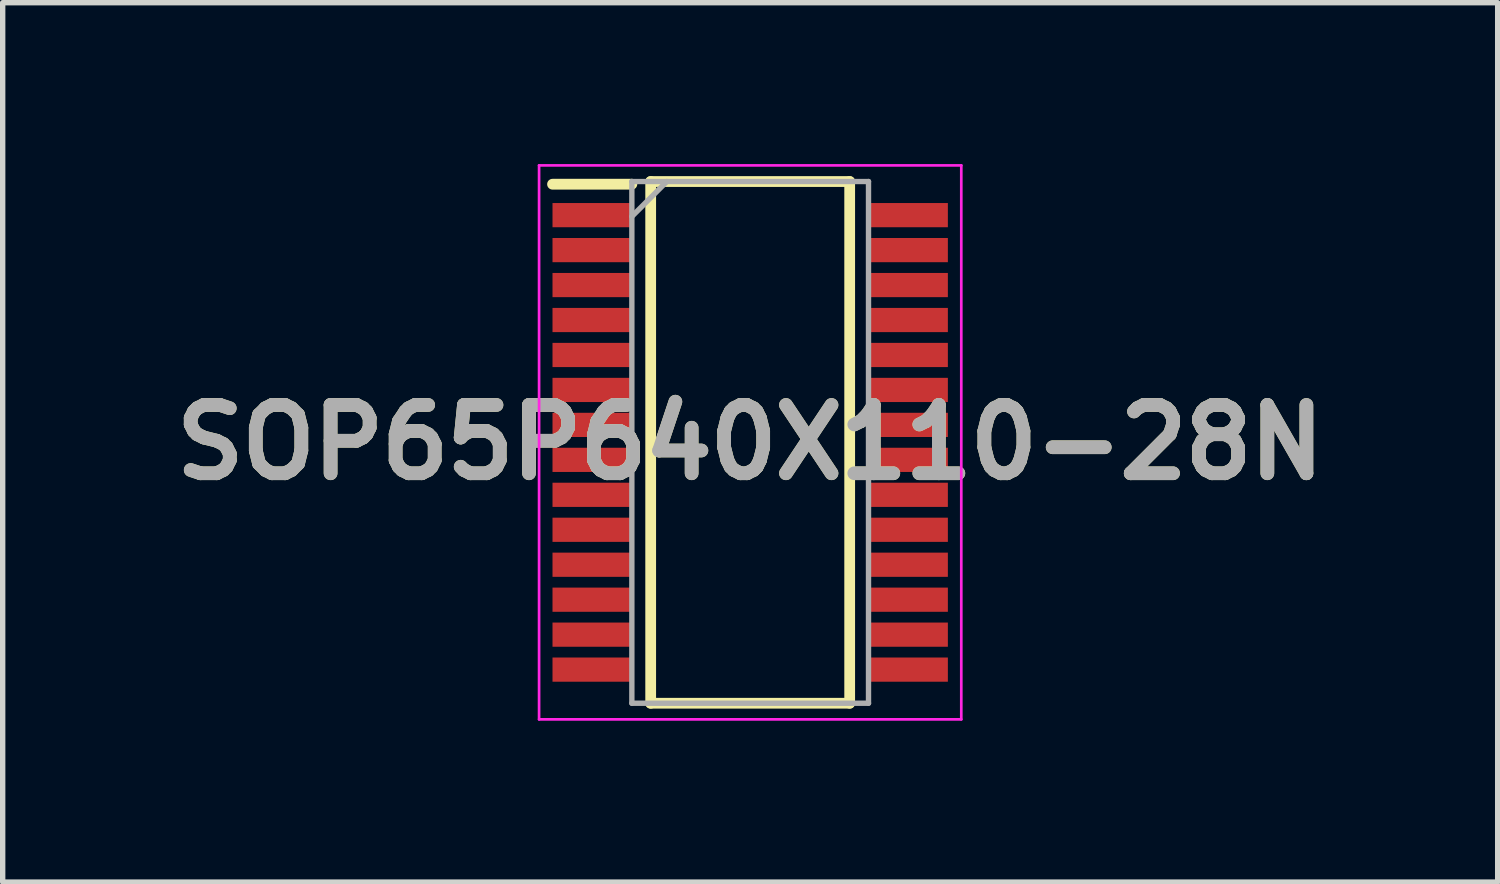
<source format=kicad_pcb>
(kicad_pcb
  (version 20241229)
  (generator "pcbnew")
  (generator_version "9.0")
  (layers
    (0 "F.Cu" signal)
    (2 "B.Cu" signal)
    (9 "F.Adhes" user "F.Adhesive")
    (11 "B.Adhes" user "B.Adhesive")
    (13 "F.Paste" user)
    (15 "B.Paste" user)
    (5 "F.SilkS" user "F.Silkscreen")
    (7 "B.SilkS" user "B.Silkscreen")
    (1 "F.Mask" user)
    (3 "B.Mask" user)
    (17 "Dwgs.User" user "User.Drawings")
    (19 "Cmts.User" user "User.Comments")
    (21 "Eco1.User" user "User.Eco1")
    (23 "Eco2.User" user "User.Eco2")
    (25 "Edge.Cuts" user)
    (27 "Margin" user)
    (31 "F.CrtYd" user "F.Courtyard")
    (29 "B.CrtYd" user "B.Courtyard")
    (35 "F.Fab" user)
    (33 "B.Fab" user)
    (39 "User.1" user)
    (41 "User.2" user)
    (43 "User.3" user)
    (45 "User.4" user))
  (footprint "SOP65P640X110-28N"
    (layer "F.Cu")
    (at 10.898 5.175)
    (property "Reference" "SOP65P640X110-28N" (at 0 0 0) (layer "F.SilkS") (effects (font (size 1.27 1.27) (thickness 0.254))))
    (attr smd)
    (fp_line (start -3.675 -4.8) (end -2.2 -4.8) (stroke (width 0.2) (type solid)) (layer "F.SilkS"))
    (fp_line (start -1.85 -4.85) (end 1.85 -4.85) (stroke (width 0.2) (type solid)) (layer "F.SilkS"))
    (fp_line (start -1.85 4.85) (end -1.85 -4.85) (stroke (width 0.2) (type solid)) (layer "F.SilkS"))
    (fp_line (start 1.85 -4.85) (end 1.85 4.85) (stroke (width 0.2) (type solid)) (layer "F.SilkS"))
    (fp_line (start 1.85 4.85) (end -1.85 4.85) (stroke (width 0.2) (type solid)) (layer "F.SilkS"))
    (fp_line (start -3.925 -5.15) (end 3.925 -5.15) (stroke (width 0.05) (type solid)) (layer "F.CrtYd"))
    (fp_line (start -3.925 5.15) (end -3.925 -5.15) (stroke (width 0.05) (type solid)) (layer "F.CrtYd"))
    (fp_line (start 3.925 -5.15) (end 3.925 5.15) (stroke (width 0.05) (type solid)) (layer "F.CrtYd"))
    (fp_line (start 3.925 5.15) (end -3.925 5.15) (stroke (width 0.05) (type solid)) (layer "F.CrtYd"))
    (fp_line (start -2.2 -4.85) (end 2.2 -4.85) (stroke (width 0.1) (type solid)) (layer "F.Fab"))
    (fp_line (start -2.2 -4.2) (end -1.55 -4.85) (stroke (width 0.1) (type solid)) (layer "F.Fab"))
    (fp_line (start -2.2 4.85) (end -2.2 -4.85) (stroke (width 0.1) (type solid)) (layer "F.Fab"))
    (fp_line (start 2.2 -4.85) (end 2.2 4.85) (stroke (width 0.1) (type solid)) (layer "F.Fab"))
    (fp_line (start 2.2 4.85) (end -2.2 4.85) (stroke (width 0.1) (type solid)) (layer "F.Fab"))
    (fp_text user "${REFERENCE}" (at 0 0 0) (layer "F.Fab") (effects (font (size 1.27 1.27) (thickness 0.254))))
    (pad "1" smd rect (at -2.938 -4.225 90) (size 0.45 1.475) (layers "F.Cu" "F.Mask" "F.Paste"))
    (pad "2" smd rect (at -2.938 -3.575 90) (size 0.45 1.475) (layers "F.Cu" "F.Mask" "F.Paste"))
    (pad "3" smd rect (at -2.938 -2.925 90) (size 0.45 1.475) (layers "F.Cu" "F.Mask" "F.Paste"))
    (pad "4" smd rect (at -2.938 -2.275 90) (size 0.45 1.475) (layers "F.Cu" "F.Mask" "F.Paste"))
    (pad "5" smd rect (at -2.938 -1.625 90) (size 0.45 1.475) (layers "F.Cu" "F.Mask" "F.Paste"))
    (pad "6" smd rect (at -2.938 -0.975 90) (size 0.45 1.475) (layers "F.Cu" "F.Mask" "F.Paste"))
    (pad "7" smd rect (at -2.938 -0.325 90) (size 0.45 1.475) (layers "F.Cu" "F.Mask" "F.Paste"))
    (pad "8" smd rect (at -2.938 0.325 90) (size 0.45 1.475) (layers "F.Cu" "F.Mask" "F.Paste"))
    (pad "9" smd rect (at -2.938 0.975 90) (size 0.45 1.475) (layers "F.Cu" "F.Mask" "F.Paste"))
    (pad "10" smd rect (at -2.938 1.625 90) (size 0.45 1.475) (layers "F.Cu" "F.Mask" "F.Paste"))
    (pad "11" smd rect (at -2.938 2.275 90) (size 0.45 1.475) (layers "F.Cu" "F.Mask" "F.Paste"))
    (pad "12" smd rect (at -2.938 2.925 90) (size 0.45 1.475) (layers "F.Cu" "F.Mask" "F.Paste"))
    (pad "13" smd rect (at -2.938 3.575 90) (size 0.45 1.475) (layers "F.Cu" "F.Mask" "F.Paste"))
    (pad "14" smd rect (at -2.938 4.225 90) (size 0.45 1.475) (layers "F.Cu" "F.Mask" "F.Paste"))
    (pad "15" smd rect (at 2.938 4.225 90) (size 0.45 1.475) (layers "F.Cu" "F.Mask" "F.Paste"))
    (pad "16" smd rect (at 2.938 3.575 90) (size 0.45 1.475) (layers "F.Cu" "F.Mask" "F.Paste"))
    (pad "17" smd rect (at 2.938 2.925 90) (size 0.45 1.475) (layers "F.Cu" "F.Mask" "F.Paste"))
    (pad "18" smd rect (at 2.938 2.275 90) (size 0.45 1.475) (layers "F.Cu" "F.Mask" "F.Paste"))
    (pad "19" smd rect (at 2.938 1.625 90) (size 0.45 1.475) (layers "F.Cu" "F.Mask" "F.Paste"))
    (pad "20" smd rect (at 2.938 0.975 90) (size 0.45 1.475) (layers "F.Cu" "F.Mask" "F.Paste"))
    (pad "21" smd rect (at 2.938 0.325 90) (size 0.45 1.475) (layers "F.Cu" "F.Mask" "F.Paste"))
    (pad "22" smd rect (at 2.938 -0.325 90) (size 0.45 1.475) (layers "F.Cu" "F.Mask" "F.Paste"))
    (pad "23" smd rect (at 2.938 -0.975 90) (size 0.45 1.475) (layers "F.Cu" "F.Mask" "F.Paste"))
    (pad "24" smd rect (at 2.938 -1.625 90) (size 0.45 1.475) (layers "F.Cu" "F.Mask" "F.Paste"))
    (pad "25" smd rect (at 2.938 -2.275 90) (size 0.45 1.475) (layers "F.Cu" "F.Mask" "F.Paste"))
    (pad "26" smd rect (at 2.938 -2.925 90) (size 0.45 1.475) (layers "F.Cu" "F.Mask" "F.Paste"))
    (pad "27" smd rect (at 2.938 -3.575 90) (size 0.45 1.475) (layers "F.Cu" "F.Mask" "F.Paste"))
    (pad "28" smd rect (at 2.938 -4.225 90) (size 0.45 1.475) (layers "F.Cu" "F.Mask" "F.Paste")))
  (gr_rect
    (start -3 -3)
    (end 24.796 13.35)
    (stroke (width 0.1) (type default))
    (fill no)
    (layer "Edge.Cuts")))
</source>
